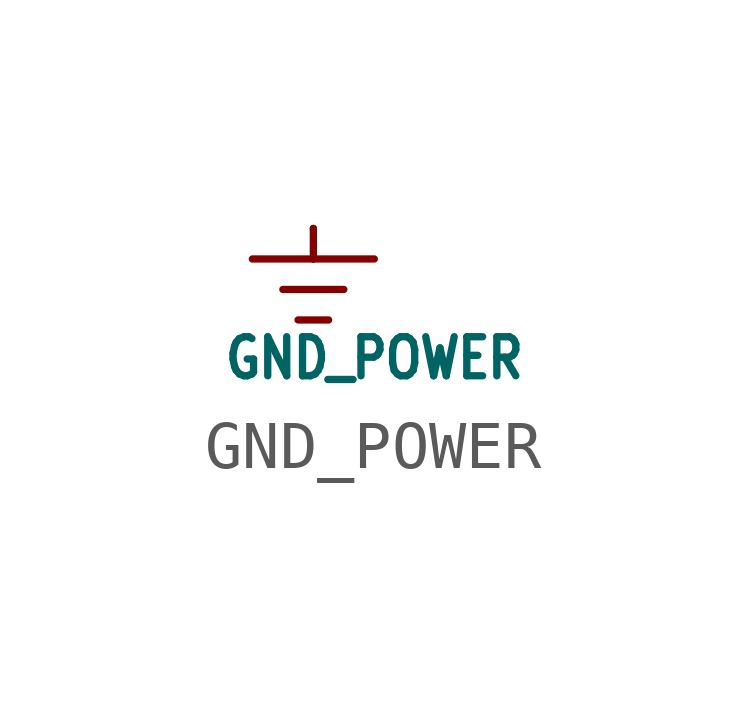
<source format=kicad_sym>
(kicad_symbol_lib
  (version 20211014)
  (generator kicad_symbol_editor)
  (symbol "GND_POWER"
    (power)
    (property "Reference" ""
      (at 0 0 0)
      (effects (font (size 1.27 1.27)) hide))
    (property "Value" "GND_POWER"
      (at -1.905 -3.175 0)
      (effects (font (size 0.813 0.691)) (justify left bottom)))
    (property "ki_locked" ""
      (at 0 0 0)
      (effects (font (size 1.27 1.27))))
    (symbol "GND_POWER_1_0"
      (polyline (pts (xy -1.27 -0.635) (xy 0 -0.635)) (stroke (width 0.152) (type default) (color 0 0 0 0)) (fill (type none)))
      (polyline (pts (xy -0.635 -1.27) (xy 0.635 -1.27)) (stroke (width 0.152) (type default) (color 0 0 0 0)) (fill (type none)))
      (polyline (pts (xy -0.318 -1.905) (xy 0.318 -1.905)) (stroke (width 0.152) (type default) (color 0 0 0 0)) (fill (type none)))
      (polyline (pts (xy 0 -0.635) (xy 1.27 -0.635)) (stroke (width 0.152) (type default) (color 0 0 0 0)) (fill (type none)))
      (polyline (pts (xy 0 0) (xy 0 -0.635)) (stroke (width 0.152) (type default) (color 0 0 0 0)) (fill (type none)))
      (pin power_in line (at 0 0 270) (length 0) (name "GND" (effects (font (size 0 0)))) (number "1" (effects (font (size 0 0))))))))
</source>
